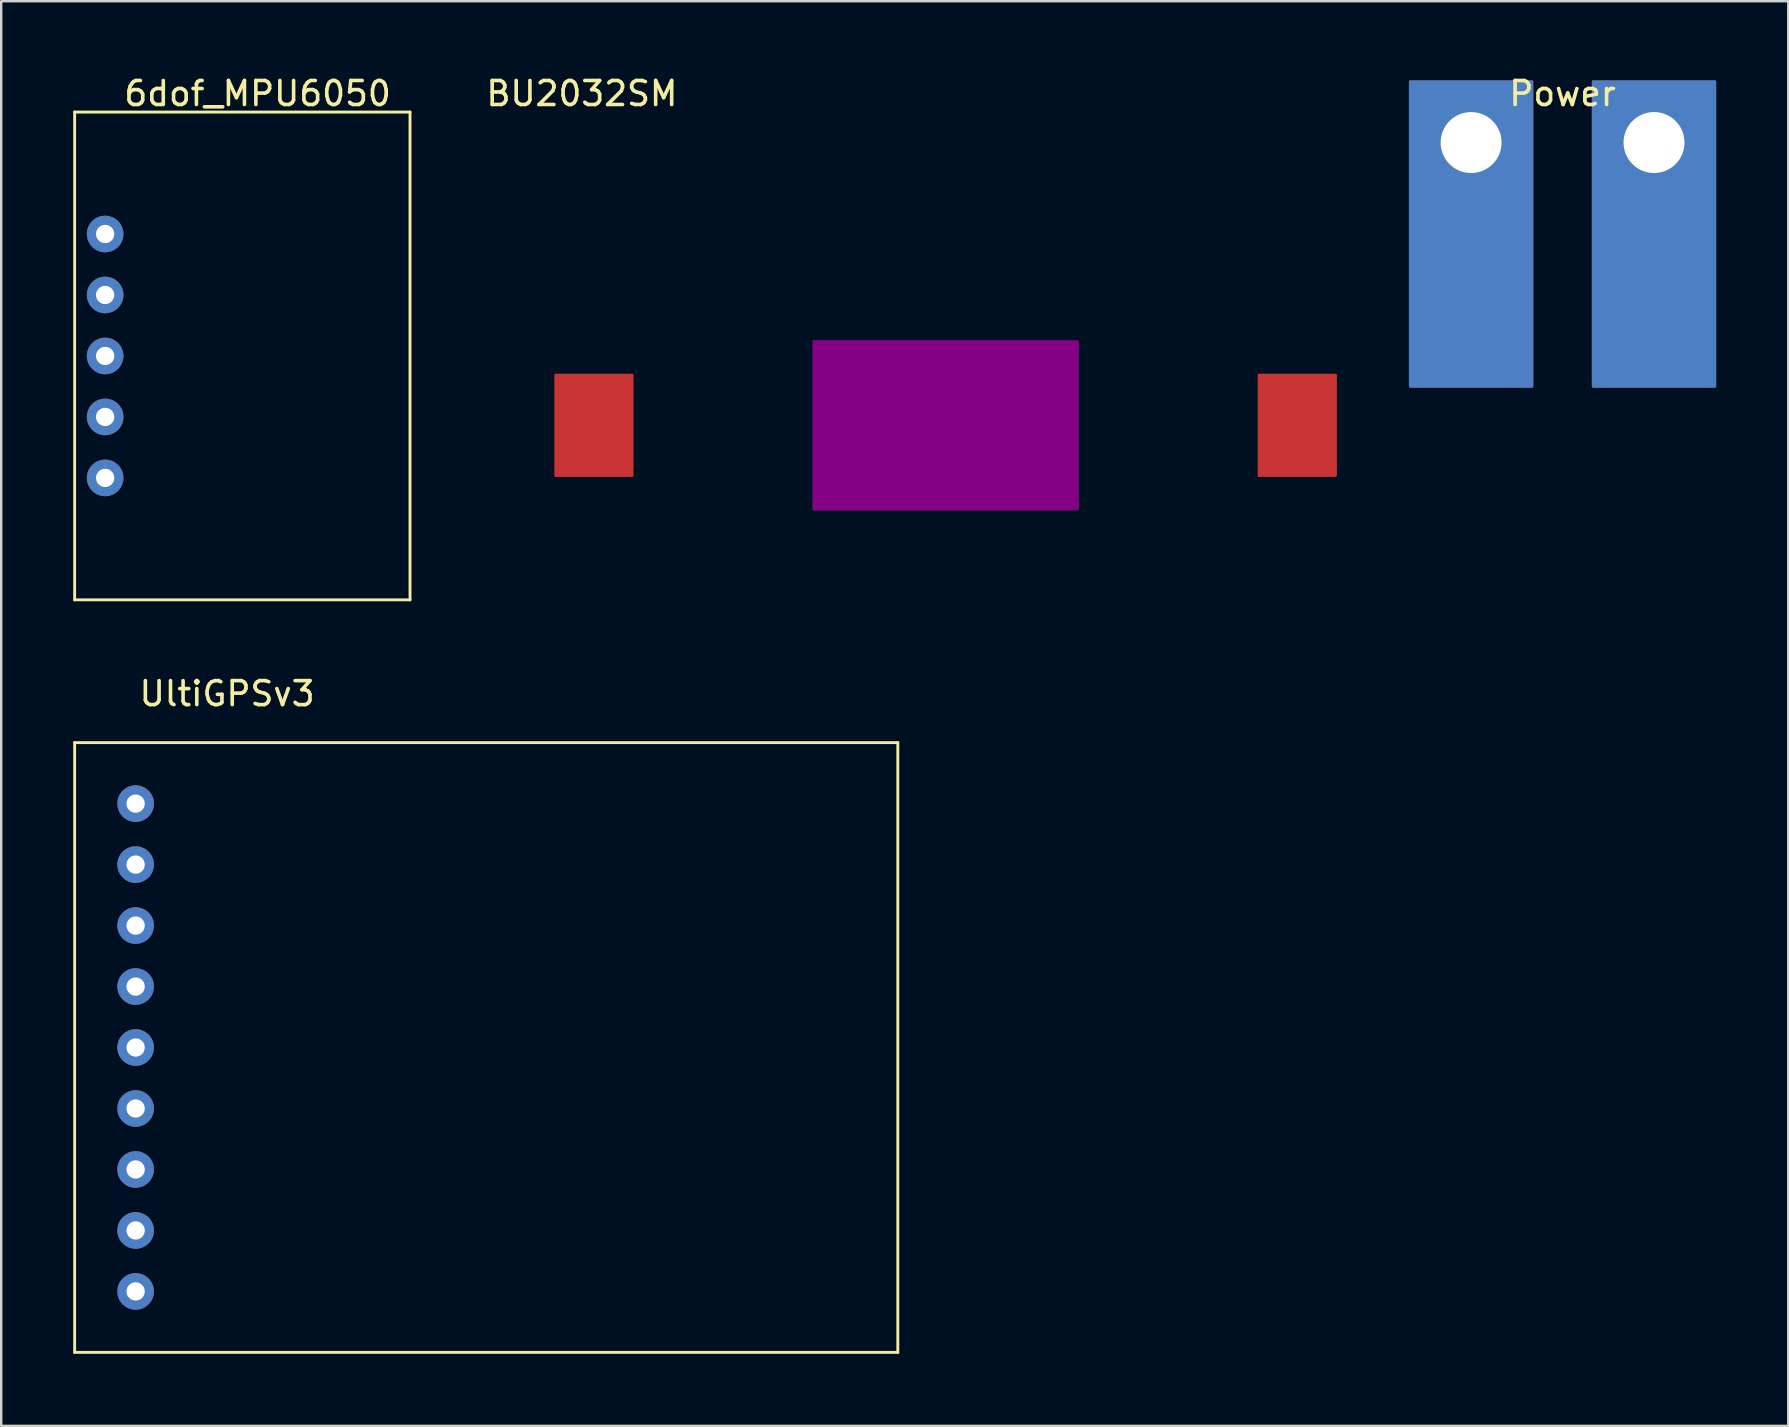
<source format=kicad_pcb>
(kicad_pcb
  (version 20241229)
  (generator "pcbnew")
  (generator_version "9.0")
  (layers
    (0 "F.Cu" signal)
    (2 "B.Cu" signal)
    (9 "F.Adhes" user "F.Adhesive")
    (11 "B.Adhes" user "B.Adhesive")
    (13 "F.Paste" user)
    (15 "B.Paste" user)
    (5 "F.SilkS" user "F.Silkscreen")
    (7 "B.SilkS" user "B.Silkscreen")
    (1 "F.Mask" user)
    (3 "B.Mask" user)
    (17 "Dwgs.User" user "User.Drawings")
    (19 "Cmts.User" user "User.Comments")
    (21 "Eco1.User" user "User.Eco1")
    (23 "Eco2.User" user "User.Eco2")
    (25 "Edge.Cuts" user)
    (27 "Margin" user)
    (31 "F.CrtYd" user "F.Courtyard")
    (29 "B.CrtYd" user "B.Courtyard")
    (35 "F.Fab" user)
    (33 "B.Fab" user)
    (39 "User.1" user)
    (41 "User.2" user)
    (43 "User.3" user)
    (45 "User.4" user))
  (footprint "Power"
    (layer "F.Cu")
    (at 62.041 0.348)
    (property "Reference" "Power" (at 0 0.5 0) (unlocked yes) (layer "F.SilkS") (effects (font (size 1 1) (thickness 0.15))))
    (attr through_hole)
    (pad "1" thru_hole custom (at -3.81 2.54) (size 4.2 4.2) (drill 2.54) (layers "*.Cu" "*.Mask") (options (anchor circle)) (primitives (gr_poly (pts (xy -2.54 -2.54) (xy -2.54 10.16) (xy 2.54 10.16) (xy 2.54 -2.54)) (width 0.1) (fill yes))))
    (pad "2" thru_hole custom (at 3.81 2.54) (size 4.2 4.2) (drill 2.54) (layers "*.Cu" "*.Mask") (options (anchor circle)) (primitives (gr_poly (pts (xy -2.54 -2.54) (xy -2.54 10.16) (xy 2.54 10.16) (xy 2.54 -2.54)) (width 0.1) (fill yes)))))
  (footprint "BU2032SM"
    (layer "F.Cu")
    (at 20.091 16.768)
    (property "Reference" "BU2032SM" (at 1.1 -15.92 0) (unlocked yes) (layer "F.SilkS") (effects (font (size 1 1) (thickness 0.15))))
    (attr through_hole)
    (fp_poly (pts (xy 3.2 -4.2) (xy 3.2 0) (xy 0 0) (xy 0 -4.2)) (stroke (width 0.1) (type solid)) (fill yes) (layer "F.Cu"))
    (fp_poly (pts (xy 32.5 -4.2) (xy 32.5 0) (xy 29.3 0) (xy 29.3 -4.2)) (stroke (width 0.1) (type solid)) (fill yes) (layer "F.Cu"))
    (fp_poly (pts (xy 10.75 1.4) (xy 10.75 -5.6) (xy 21.75 -5.6) (xy 21.75 1.4)) (stroke (width 0.1) (type solid)) (fill yes) (layer "F.Adhes")))
  (footprint "UltiGPSv3"
    (layer "F.Cu")
    (at 6.41 25.346)
    (property "Reference" "UltiGPSv3" (at 0 0.5 0) (unlocked yes) (layer "F.SilkS") (effects (font (size 1 1) (thickness 0.15))))
    (attr through_hole)
    (fp_line (start -6.35 2.54) (end -6.35 27.94) (stroke (width 0.12) (type solid)) (layer "F.SilkS"))
    (fp_line (start -6.35 27.94) (end 27.94 27.94) (stroke (width 0.12) (type solid)) (layer "F.SilkS"))
    (fp_line (start 27.94 2.54) (end -6.35 2.54) (stroke (width 0.12) (type solid)) (layer "F.SilkS"))
    (fp_line (start 27.94 27.94) (end 27.94 2.54) (stroke (width 0.12) (type solid)) (layer "F.SilkS"))
    (pad "1" thru_hole circle (at -3.81 5.08) (size 1.524 1.524) (drill 0.762) (layers "*.Cu" "*.Mask"))
    (pad "2" thru_hole circle (at -3.81 7.62) (size 1.524 1.524) (drill 0.762) (layers "*.Cu" "*.Mask"))
    (pad "3" thru_hole circle (at -3.81 10.16) (size 1.524 1.524) (drill 0.762) (layers "*.Cu" "*.Mask"))
    (pad "4" thru_hole circle (at -3.81 12.7) (size 1.524 1.524) (drill 0.762) (layers "*.Cu" "*.Mask"))
    (pad "5" thru_hole circle (at -3.81 15.24) (size 1.524 1.524) (drill 0.762) (layers "*.Cu" "*.Mask"))
    (pad "6" thru_hole circle (at -3.81 17.78) (size 1.524 1.524) (drill 0.762) (layers "*.Cu" "*.Mask"))
    (pad "7" thru_hole circle (at -3.81 20.32) (size 1.524 1.524) (drill 0.762) (layers "*.Cu" "*.Mask"))
    (pad "8" thru_hole circle (at -3.81 22.86) (size 1.524 1.524) (drill 0.762) (layers "*.Cu" "*.Mask"))
    (pad "9" thru_hole circle (at -3.81 25.4) (size 1.524 1.524) (drill 0.762) (layers "*.Cu" "*.Mask")))
  (footprint "6dof_MPU6050"
    (layer "F.Cu")
    (at 7.68 0.348)
    (property "Reference" "6dof_MPU6050" (at 0 0.5 0) (unlocked yes) (layer "F.SilkS") (effects (font (size 1 1) (thickness 0.15))))
    (attr through_hole)
    (fp_line (start -7.62 1.27) (end 6.35 1.27) (stroke (width 0.12) (type solid)) (layer "F.SilkS"))
    (fp_line (start -7.62 21.59) (end -7.62 1.27) (stroke (width 0.12) (type solid)) (layer "F.SilkS"))
    (fp_line (start 6.35 1.27) (end 6.35 21.59) (stroke (width 0.12) (type solid)) (layer "F.SilkS"))
    (fp_line (start 6.35 21.59) (end -7.62 21.59) (stroke (width 0.12) (type solid)) (layer "F.SilkS"))
    (pad "1" thru_hole circle (at -6.35 6.35) (size 1.524 1.524) (drill 0.762) (layers "*.Cu" "*.Mask"))
    (pad "2" thru_hole circle (at -6.35 8.89) (size 1.524 1.524) (drill 0.762) (layers "*.Cu" "*.Mask"))
    (pad "3" thru_hole circle (at -6.35 11.43) (size 1.524 1.524) (drill 0.762) (layers "*.Cu" "*.Mask"))
    (pad "4" thru_hole circle (at -6.35 13.97) (size 1.524 1.524) (drill 0.762) (layers "*.Cu" "*.Mask"))
    (pad "5" thru_hole circle (at -6.35 16.51) (size 1.524 1.524) (drill 0.762) (layers "*.Cu" "*.Mask")))
  (gr_rect
    (start -3 -3)
    (end 71.441 56.346)
    (stroke (width 0.1) (type default))
    (fill no)
    (layer "Edge.Cuts")))
</source>
